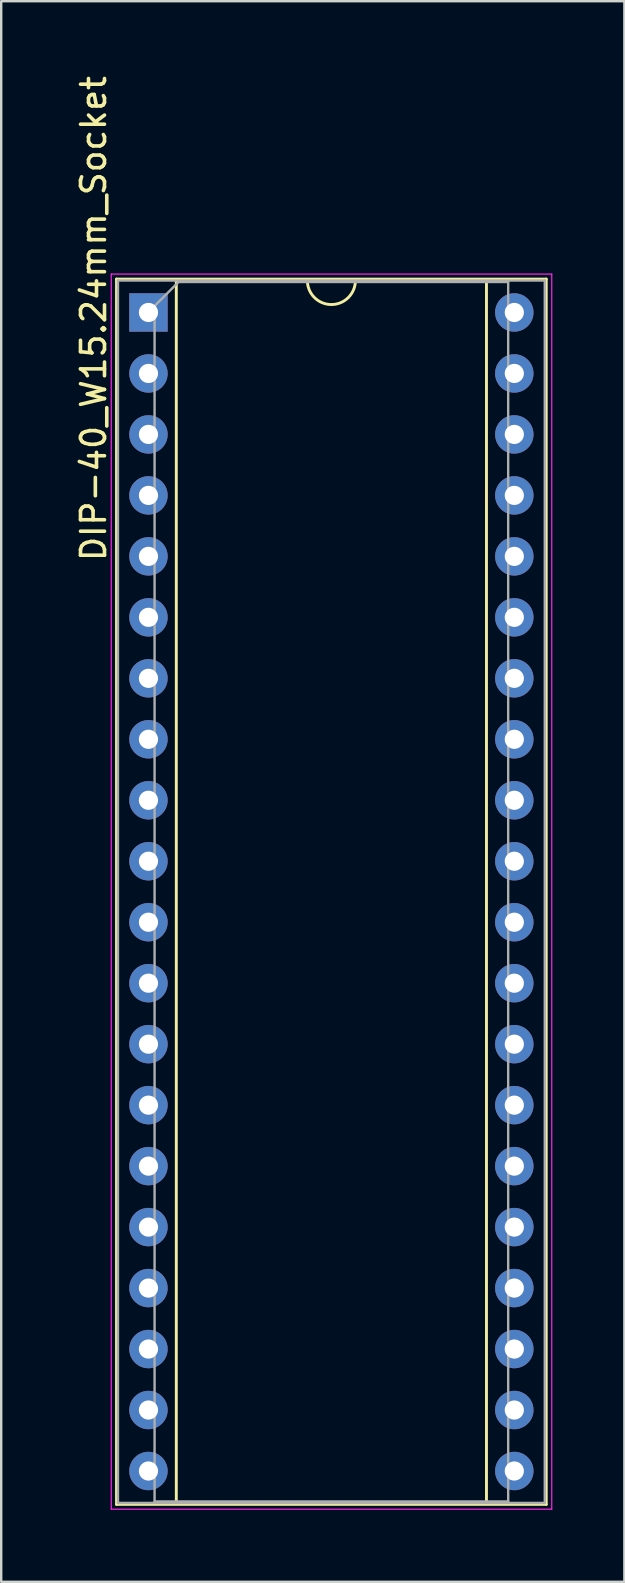
<source format=kicad_pcb>
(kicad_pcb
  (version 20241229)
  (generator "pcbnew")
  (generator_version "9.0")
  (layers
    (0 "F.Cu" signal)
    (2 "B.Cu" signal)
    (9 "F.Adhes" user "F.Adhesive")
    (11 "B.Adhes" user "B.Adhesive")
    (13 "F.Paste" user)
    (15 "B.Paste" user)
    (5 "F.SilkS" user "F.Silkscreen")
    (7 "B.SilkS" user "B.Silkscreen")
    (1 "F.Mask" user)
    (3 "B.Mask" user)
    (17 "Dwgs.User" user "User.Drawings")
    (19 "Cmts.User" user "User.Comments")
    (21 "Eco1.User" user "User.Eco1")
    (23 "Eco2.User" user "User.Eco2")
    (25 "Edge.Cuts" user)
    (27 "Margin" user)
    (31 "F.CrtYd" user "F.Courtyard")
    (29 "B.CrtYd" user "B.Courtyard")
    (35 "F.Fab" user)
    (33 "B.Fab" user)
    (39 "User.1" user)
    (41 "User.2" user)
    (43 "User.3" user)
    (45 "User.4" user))
  (footprint "DIP-40_W15.24mm_Socket"
    (layer "F.Cu")
    (at 3.134 9.966)
    (property "Reference" "DIP-40_W15.24mm_Socket" (at -2.286 0.254 90) (layer "F.SilkS") (effects (font (size 1 1) (thickness 0.15))))
    (attr through_hole)
    (fp_line (start -1.33 -1.39) (end -1.33 49.65) (stroke (width 0.12) (type solid)) (layer "F.SilkS"))
    (fp_line (start -1.33 49.65) (end 16.57 49.65) (stroke (width 0.12) (type solid)) (layer "F.SilkS"))
    (fp_line (start 1.16 -1.33) (end 1.16 49.59) (stroke (width 0.12) (type solid)) (layer "F.SilkS"))
    (fp_line (start 1.16 49.59) (end 14.08 49.59) (stroke (width 0.12) (type solid)) (layer "F.SilkS"))
    (fp_line (start 6.62 -1.33) (end 1.16 -1.33) (stroke (width 0.12) (type solid)) (layer "F.SilkS"))
    (fp_line (start 14.08 -1.33) (end 8.62 -1.33) (stroke (width 0.12) (type solid)) (layer "F.SilkS"))
    (fp_line (start 14.08 49.59) (end 14.08 -1.33) (stroke (width 0.12) (type solid)) (layer "F.SilkS"))
    (fp_line (start 16.57 -1.39) (end -1.33 -1.39) (stroke (width 0.12) (type solid)) (layer "F.SilkS"))
    (fp_line (start 16.57 49.65) (end 16.57 -1.39) (stroke (width 0.12) (type solid)) (layer "F.SilkS"))
    (fp_arc (start 8.62 -1.33) (mid 7.62 -0.33) (end 6.62 -1.33) (stroke (width 0.12) (type solid)) (layer "F.SilkS"))
    (fp_line (start -1.55 -1.6) (end -1.55 49.85) (stroke (width 0.05) (type solid)) (layer "F.CrtYd"))
    (fp_line (start -1.55 49.85) (end 16.8 49.85) (stroke (width 0.05) (type solid)) (layer "F.CrtYd"))
    (fp_line (start 16.8 -1.6) (end -1.55 -1.6) (stroke (width 0.05) (type solid)) (layer "F.CrtYd"))
    (fp_line (start 16.8 49.85) (end 16.8 -1.6) (stroke (width 0.05) (type solid)) (layer "F.CrtYd"))
    (fp_line (start -1.27 -1.33) (end -1.27 49.59) (stroke (width 0.1) (type solid)) (layer "F.Fab"))
    (fp_line (start -1.27 49.59) (end 16.51 49.59) (stroke (width 0.1) (type solid)) (layer "F.Fab"))
    (fp_line (start 0.255 -0.27) (end 1.255 -1.27) (stroke (width 0.1) (type solid)) (layer "F.Fab"))
    (fp_line (start 0.255 49.53) (end 0.255 -0.27) (stroke (width 0.1) (type solid)) (layer "F.Fab"))
    (fp_line (start 1.255 -1.27) (end 14.985 -1.27) (stroke (width 0.1) (type solid)) (layer "F.Fab"))
    (fp_line (start 14.985 -1.27) (end 14.985 49.53) (stroke (width 0.1) (type solid)) (layer "F.Fab"))
    (fp_line (start 14.985 49.53) (end 0.255 49.53) (stroke (width 0.1) (type solid)) (layer "F.Fab"))
    (fp_line (start 16.51 -1.33) (end -1.27 -1.33) (stroke (width 0.1) (type solid)) (layer "F.Fab"))
    (fp_line (start 16.51 49.59) (end 16.51 -1.33) (stroke (width 0.1) (type solid)) (layer "F.Fab"))
    (pad "1" thru_hole rect (at 0 0) (size 1.6 1.6) (drill 0.8) (layers "*.Cu" "*.Mask"))
    (pad "2" thru_hole oval (at 0 2.54) (size 1.6 1.6) (drill 0.8) (layers "*.Cu" "*.Mask"))
    (pad "3" thru_hole oval (at 0 5.08) (size 1.6 1.6) (drill 0.8) (layers "*.Cu" "*.Mask"))
    (pad "4" thru_hole oval (at 0 7.62) (size 1.6 1.6) (drill 0.8) (layers "*.Cu" "*.Mask"))
    (pad "5" thru_hole oval (at 0 10.16) (size 1.6 1.6) (drill 0.8) (layers "*.Cu" "*.Mask"))
    (pad "6" thru_hole oval (at 0 12.7) (size 1.6 1.6) (drill 0.8) (layers "*.Cu" "*.Mask"))
    (pad "7" thru_hole oval (at 0 15.24) (size 1.6 1.6) (drill 0.8) (layers "*.Cu" "*.Mask"))
    (pad "8" thru_hole oval (at 0 17.78) (size 1.6 1.6) (drill 0.8) (layers "*.Cu" "*.Mask"))
    (pad "9" thru_hole oval (at 0 20.32) (size 1.6 1.6) (drill 0.8) (layers "*.Cu" "*.Mask"))
    (pad "10" thru_hole oval (at 0 22.86) (size 1.6 1.6) (drill 0.8) (layers "*.Cu" "*.Mask"))
    (pad "11" thru_hole oval (at 0 25.4) (size 1.6 1.6) (drill 0.8) (layers "*.Cu" "*.Mask"))
    (pad "12" thru_hole oval (at 0 27.94) (size 1.6 1.6) (drill 0.8) (layers "*.Cu" "*.Mask"))
    (pad "13" thru_hole oval (at 0 30.48) (size 1.6 1.6) (drill 0.8) (layers "*.Cu" "*.Mask"))
    (pad "14" thru_hole oval (at 0 33.02) (size 1.6 1.6) (drill 0.8) (layers "*.Cu" "*.Mask"))
    (pad "15" thru_hole oval (at 0 35.56) (size 1.6 1.6) (drill 0.8) (layers "*.Cu" "*.Mask"))
    (pad "16" thru_hole oval (at 0 38.1) (size 1.6 1.6) (drill 0.8) (layers "*.Cu" "*.Mask"))
    (pad "17" thru_hole oval (at 0 40.64) (size 1.6 1.6) (drill 0.8) (layers "*.Cu" "*.Mask"))
    (pad "18" thru_hole oval (at 0 43.18) (size 1.6 1.6) (drill 0.8) (layers "*.Cu" "*.Mask"))
    (pad "19" thru_hole oval (at 0 45.72) (size 1.6 1.6) (drill 0.8) (layers "*.Cu" "*.Mask"))
    (pad "20" thru_hole oval (at 0 48.26) (size 1.6 1.6) (drill 0.8) (layers "*.Cu" "*.Mask"))
    (pad "21" thru_hole oval (at 15.24 48.26) (size 1.6 1.6) (drill 0.8) (layers "*.Cu" "*.Mask"))
    (pad "22" thru_hole oval (at 15.24 45.72) (size 1.6 1.6) (drill 0.8) (layers "*.Cu" "*.Mask"))
    (pad "23" thru_hole oval (at 15.24 43.18) (size 1.6 1.6) (drill 0.8) (layers "*.Cu" "*.Mask"))
    (pad "24" thru_hole oval (at 15.24 40.64) (size 1.6 1.6) (drill 0.8) (layers "*.Cu" "*.Mask"))
    (pad "25" thru_hole oval (at 15.24 38.1) (size 1.6 1.6) (drill 0.8) (layers "*.Cu" "*.Mask"))
    (pad "26" thru_hole oval (at 15.24 35.56) (size 1.6 1.6) (drill 0.8) (layers "*.Cu" "*.Mask"))
    (pad "27" thru_hole oval (at 15.24 33.02) (size 1.6 1.6) (drill 0.8) (layers "*.Cu" "*.Mask"))
    (pad "28" thru_hole oval (at 15.24 30.48) (size 1.6 1.6) (drill 0.8) (layers "*.Cu" "*.Mask"))
    (pad "29" thru_hole oval (at 15.24 27.94) (size 1.6 1.6) (drill 0.8) (layers "*.Cu" "*.Mask"))
    (pad "30" thru_hole oval (at 15.24 25.4) (size 1.6 1.6) (drill 0.8) (layers "*.Cu" "*.Mask"))
    (pad "31" thru_hole oval (at 15.24 22.86) (size 1.6 1.6) (drill 0.8) (layers "*.Cu" "*.Mask"))
    (pad "32" thru_hole oval (at 15.24 20.32) (size 1.6 1.6) (drill 0.8) (layers "*.Cu" "*.Mask"))
    (pad "33" thru_hole oval (at 15.24 17.78) (size 1.6 1.6) (drill 0.8) (layers "*.Cu" "*.Mask"))
    (pad "34" thru_hole oval (at 15.24 15.24) (size 1.6 1.6) (drill 0.8) (layers "*.Cu" "*.Mask"))
    (pad "35" thru_hole oval (at 15.24 12.7) (size 1.6 1.6) (drill 0.8) (layers "*.Cu" "*.Mask"))
    (pad "36" thru_hole oval (at 15.24 10.16) (size 1.6 1.6) (drill 0.8) (layers "*.Cu" "*.Mask"))
    (pad "37" thru_hole oval (at 15.24 7.62) (size 1.6 1.6) (drill 0.8) (layers "*.Cu" "*.Mask"))
    (pad "38" thru_hole oval (at 15.24 5.08) (size 1.6 1.6) (drill 0.8) (layers "*.Cu" "*.Mask"))
    (pad "39" thru_hole oval (at 15.24 2.54) (size 1.6 1.6) (drill 0.8) (layers "*.Cu" "*.Mask"))
    (pad "40" thru_hole oval (at 15.24 0) (size 1.6 1.6) (drill 0.8) (layers "*.Cu" "*.Mask")))
  (gr_rect
    (start -3 -3)
    (end 22.959 62.841)
    (stroke (width 0.1) (type default))
    (fill no)
    (layer "Edge.Cuts")))
</source>
